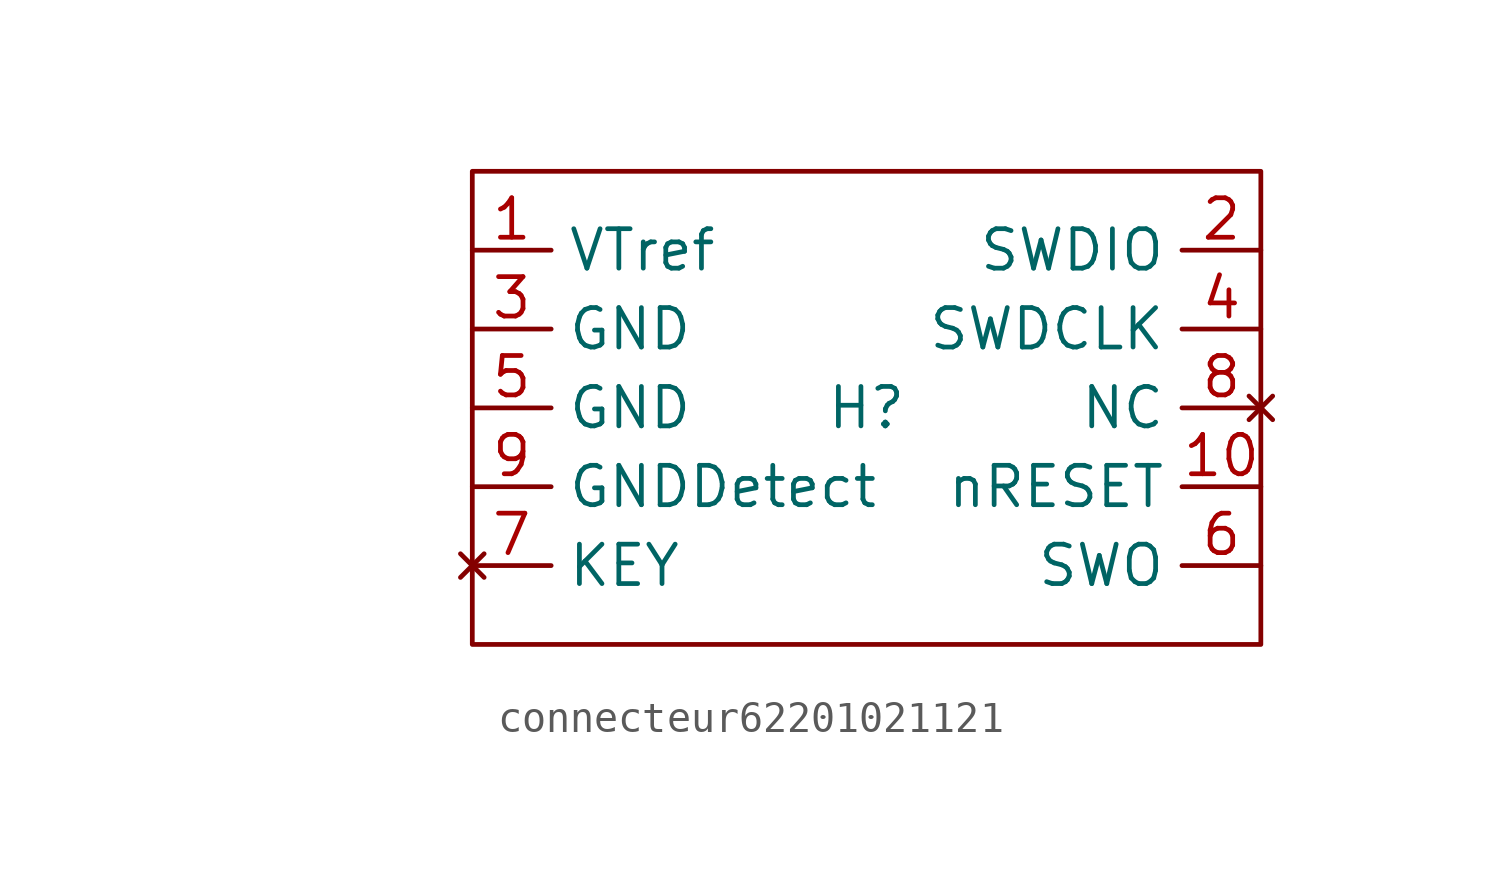
<source format=kicad_sym>
(kicad_symbol_lib
  (version 20220914)
  (generator kicad_symbol_editor)
  (symbol "connecteur62201021121"
    (property "Reference" "H"
      (at 0 0 0)
      (effects (font (size 1.27 1.27))))
    (property "Value" ""
      (at -20.32 -2.54 0)
      (effects (font (size 1.27 1.27))))
    (symbol "connecteur62201021121_0_1"
      (polyline (pts (xy -12.7 6.35) (xy -12.7 -7.62) (xy 12.7 -7.62) (xy 12.7 7.62) (xy -12.7 7.62) (xy -12.7 5.08)) (stroke (width 0) (type default)) (fill (type none))))
    (symbol "connecteur62201021121_1_1"
      (pin power_in line (at -12.7 5.08 0) (length 2.54) (name "VTref" (effects (font (size 1.27 1.27)))) (number "1" (effects (font (size 1.27 1.27)))))
      (pin input line (at 12.7 -2.54 180) (length 2.54) (name "nRESET" (effects (font (size 1.27 1.27)))) (number "10" (effects (font (size 1.27 1.27)))))
      (pin bidirectional line (at 12.7 5.08 180) (length 2.54) (name "SWDIO" (effects (font (size 1.27 1.27)))) (number "2" (effects (font (size 1.27 1.27)))))
      (pin power_in line (at -12.7 2.54 0) (length 2.54) (name "GND" (effects (font (size 1.27 1.27)))) (number "3" (effects (font (size 1.27 1.27)))))
      (pin input line (at 12.7 2.54 180) (length 2.54) (name "SWDCLK" (effects (font (size 1.27 1.27)))) (number "4" (effects (font (size 1.27 1.27)))))
      (pin power_in line (at -12.7 0 0) (length 2.54) (name "GND" (effects (font (size 1.27 1.27)))) (number "5" (effects (font (size 1.27 1.27)))))
      (pin output line (at 12.7 -5.08 180) (length 2.54) (name "SWO" (effects (font (size 1.27 1.27)))) (number "6" (effects (font (size 1.27 1.27)))))
      (pin no_connect line (at -12.7 -5.08 0) (length 2.54) (name "KEY" (effects (font (size 1.27 1.27)))) (number "7" (effects (font (size 1.27 1.27)))))
      (pin no_connect line (at 12.7 0 180) (length 2.54) (name "NC" (effects (font (size 1.27 1.27)))) (number "8" (effects (font (size 1.27 1.27)))))
      (pin power_in line (at -12.7 -2.54 0) (length 2.54) (name "GNDDetect" (effects (font (size 1.27 1.27)))) (number "9" (effects (font (size 1.27 1.27))))))))
</source>
